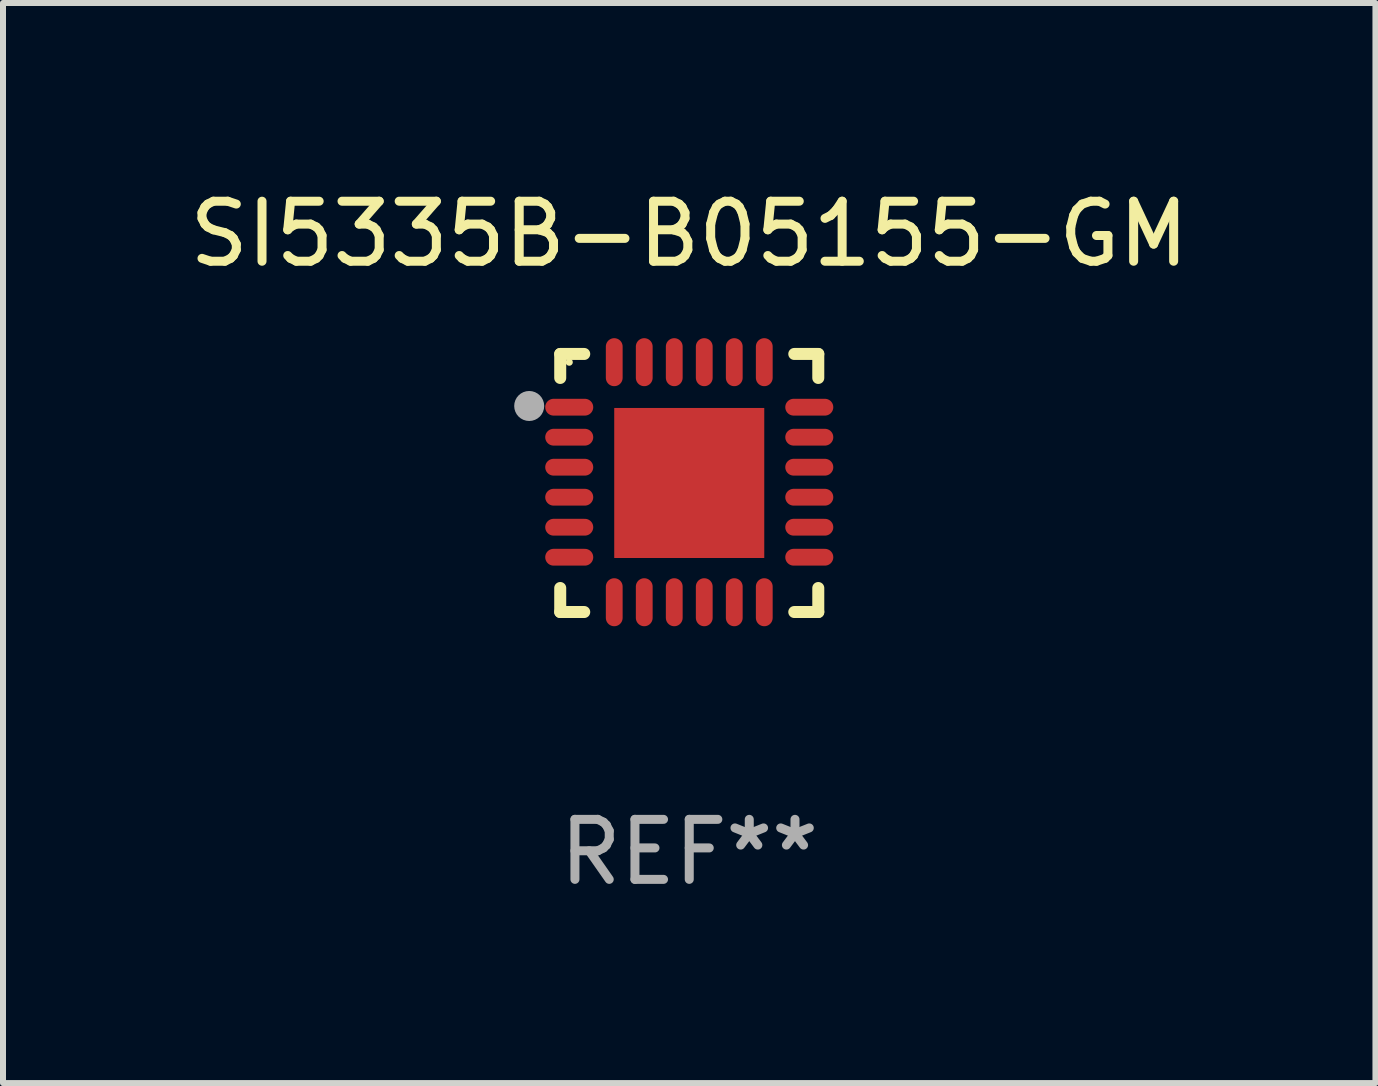
<source format=kicad_pcb>
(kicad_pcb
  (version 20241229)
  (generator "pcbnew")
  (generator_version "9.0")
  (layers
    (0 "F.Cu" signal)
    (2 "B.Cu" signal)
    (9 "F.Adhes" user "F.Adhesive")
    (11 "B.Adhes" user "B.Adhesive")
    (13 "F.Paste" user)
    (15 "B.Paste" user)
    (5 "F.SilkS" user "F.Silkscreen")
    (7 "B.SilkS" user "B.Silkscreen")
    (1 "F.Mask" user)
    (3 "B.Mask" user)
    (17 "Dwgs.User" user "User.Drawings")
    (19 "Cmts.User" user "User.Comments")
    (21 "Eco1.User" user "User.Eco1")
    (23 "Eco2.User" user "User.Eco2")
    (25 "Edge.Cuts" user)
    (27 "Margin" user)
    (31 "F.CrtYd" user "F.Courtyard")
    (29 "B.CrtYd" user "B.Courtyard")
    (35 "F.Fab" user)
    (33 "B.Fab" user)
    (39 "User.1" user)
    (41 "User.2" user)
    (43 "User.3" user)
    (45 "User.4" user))
  (footprint "SI5335B-B05155-GM"
    (layer "F.Cu")
    (at 8.435 4.998)
    (property "Reference" "SI5335B-B05155-GM" (at 0 -4.15 0) (layer "F.SilkS") (effects (font (size 1 1) (thickness 0.15))))
    (attr through_hole)
    (fp_line (start -2.15 -2.15) (end -1.75 -2.15) (stroke (width 0.2) (type solid)) (layer "F.SilkS"))
    (fp_line (start -2.15 -1.75) (end -2.15 -2.15) (stroke (width 0.2) (type solid)) (layer "F.SilkS"))
    (fp_line (start -2.15 2.15) (end -2.15 1.75) (stroke (width 0.2) (type solid)) (layer "F.SilkS"))
    (fp_line (start -1.75 2.15) (end -2.15 2.15) (stroke (width 0.2) (type solid)) (layer "F.SilkS"))
    (fp_line (start 1.75 -2.15) (end 2.15 -2.15) (stroke (width 0.2) (type solid)) (layer "F.SilkS"))
    (fp_line (start 1.75 2.15) (end 2.15 2.15) (stroke (width 0.2) (type solid)) (layer "F.SilkS"))
    (fp_line (start 2.15 -2.15) (end 2.15 -1.75) (stroke (width 0.2) (type solid)) (layer "F.SilkS"))
    (fp_line (start 2.15 2.15) (end 2.15 1.75) (stroke (width 0.2) (type solid)) (layer "F.SilkS"))
    (fp_circle (center -2 -2.013) (end -1.97 -2.013) (stroke (width 0.06) (type solid)) (fill no) (layer "F.SilkS"))
    (fp_circle (center -2.667 -1.283) (end -2.542 -1.283) (stroke (width 0.25) (type solid)) (fill no) (layer "F.Fab"))
    (fp_text user "REF**" (at 0 6.15 0) (layer "F.Fab") (effects (font (size 1 1) (thickness 0.15))))
    (pad "1" smd oval (at -2 -1.263) (size 0.8 0.28) (layers "F.Cu" "F.Mask" "F.Paste"))
    (pad "2" smd oval (at -2 -0.763) (size 0.8 0.28) (layers "F.Cu" "F.Mask" "F.Paste"))
    (pad "3" smd oval (at -2 -0.263) (size 0.8 0.28) (layers "F.Cu" "F.Mask" "F.Paste"))
    (pad "4" smd oval (at -2 0.237) (size 0.8 0.28) (layers "F.Cu" "F.Mask" "F.Paste"))
    (pad "5" smd oval (at -2 0.737) (size 0.8 0.28) (layers "F.Cu" "F.Mask" "F.Paste"))
    (pad "6" smd oval (at -2 1.237) (size 0.8 0.28) (layers "F.Cu" "F.Mask" "F.Paste"))
    (pad "7" smd oval (at -1.25 1.987) (size 0.28 0.8) (layers "F.Cu" "F.Mask" "F.Paste"))
    (pad "8" smd oval (at -0.75 1.987) (size 0.28 0.8) (layers "F.Cu" "F.Mask" "F.Paste"))
    (pad "9" smd oval (at -0.25 1.987) (size 0.28 0.8) (layers "F.Cu" "F.Mask" "F.Paste"))
    (pad "10" smd oval (at 0.25 1.987) (size 0.28 0.8) (layers "F.Cu" "F.Mask" "F.Paste"))
    (pad "11" smd oval (at 0.75 1.987) (size 0.28 0.8) (layers "F.Cu" "F.Mask" "F.Paste"))
    (pad "12" smd oval (at 1.25 1.987) (size 0.28 0.8) (layers "F.Cu" "F.Mask" "F.Paste"))
    (pad "13" smd oval (at 2 1.237) (size 0.8 0.28) (layers "F.Cu" "F.Mask" "F.Paste"))
    (pad "14" smd oval (at 2 0.737) (size 0.8 0.28) (layers "F.Cu" "F.Mask" "F.Paste"))
    (pad "15" smd oval (at 2 0.237) (size 0.8 0.28) (layers "F.Cu" "F.Mask" "F.Paste"))
    (pad "16" smd oval (at 2 -0.263) (size 0.8 0.28) (layers "F.Cu" "F.Mask" "F.Paste"))
    (pad "17" smd oval (at 2 -0.763) (size 0.8 0.28) (layers "F.Cu" "F.Mask" "F.Paste"))
    (pad "18" smd oval (at 2 -1.263) (size 0.8 0.28) (layers "F.Cu" "F.Mask" "F.Paste"))
    (pad "19" smd oval (at 1.25 -2.013) (size 0.28 0.8) (layers "F.Cu" "F.Mask" "F.Paste"))
    (pad "20" smd oval (at 0.75 -2.013) (size 0.28 0.8) (layers "F.Cu" "F.Mask" "F.Paste"))
    (pad "21" smd oval (at 0.25 -2.013) (size 0.28 0.8) (layers "F.Cu" "F.Mask" "F.Paste"))
    (pad "22" smd oval (at -0.25 -2.013) (size 0.28 0.8) (layers "F.Cu" "F.Mask" "F.Paste"))
    (pad "23" smd oval (at -0.75 -2.013) (size 0.28 0.8) (layers "F.Cu" "F.Mask" "F.Paste"))
    (pad "24" smd oval (at -1.25 -2.013) (size 0.28 0.8) (layers "F.Cu" "F.Mask" "F.Paste"))
    (pad "25" smd rect (at -0.000127 -0.00014) (size 2.5 2.5) (layers "F.Cu" "F.Mask" "F.Paste")))
  (gr_rect
    (start -3 -3)
    (end 19.869 14.997)
    (stroke (width 0.1) (type default))
    (fill no)
    (layer "Edge.Cuts")))
</source>
